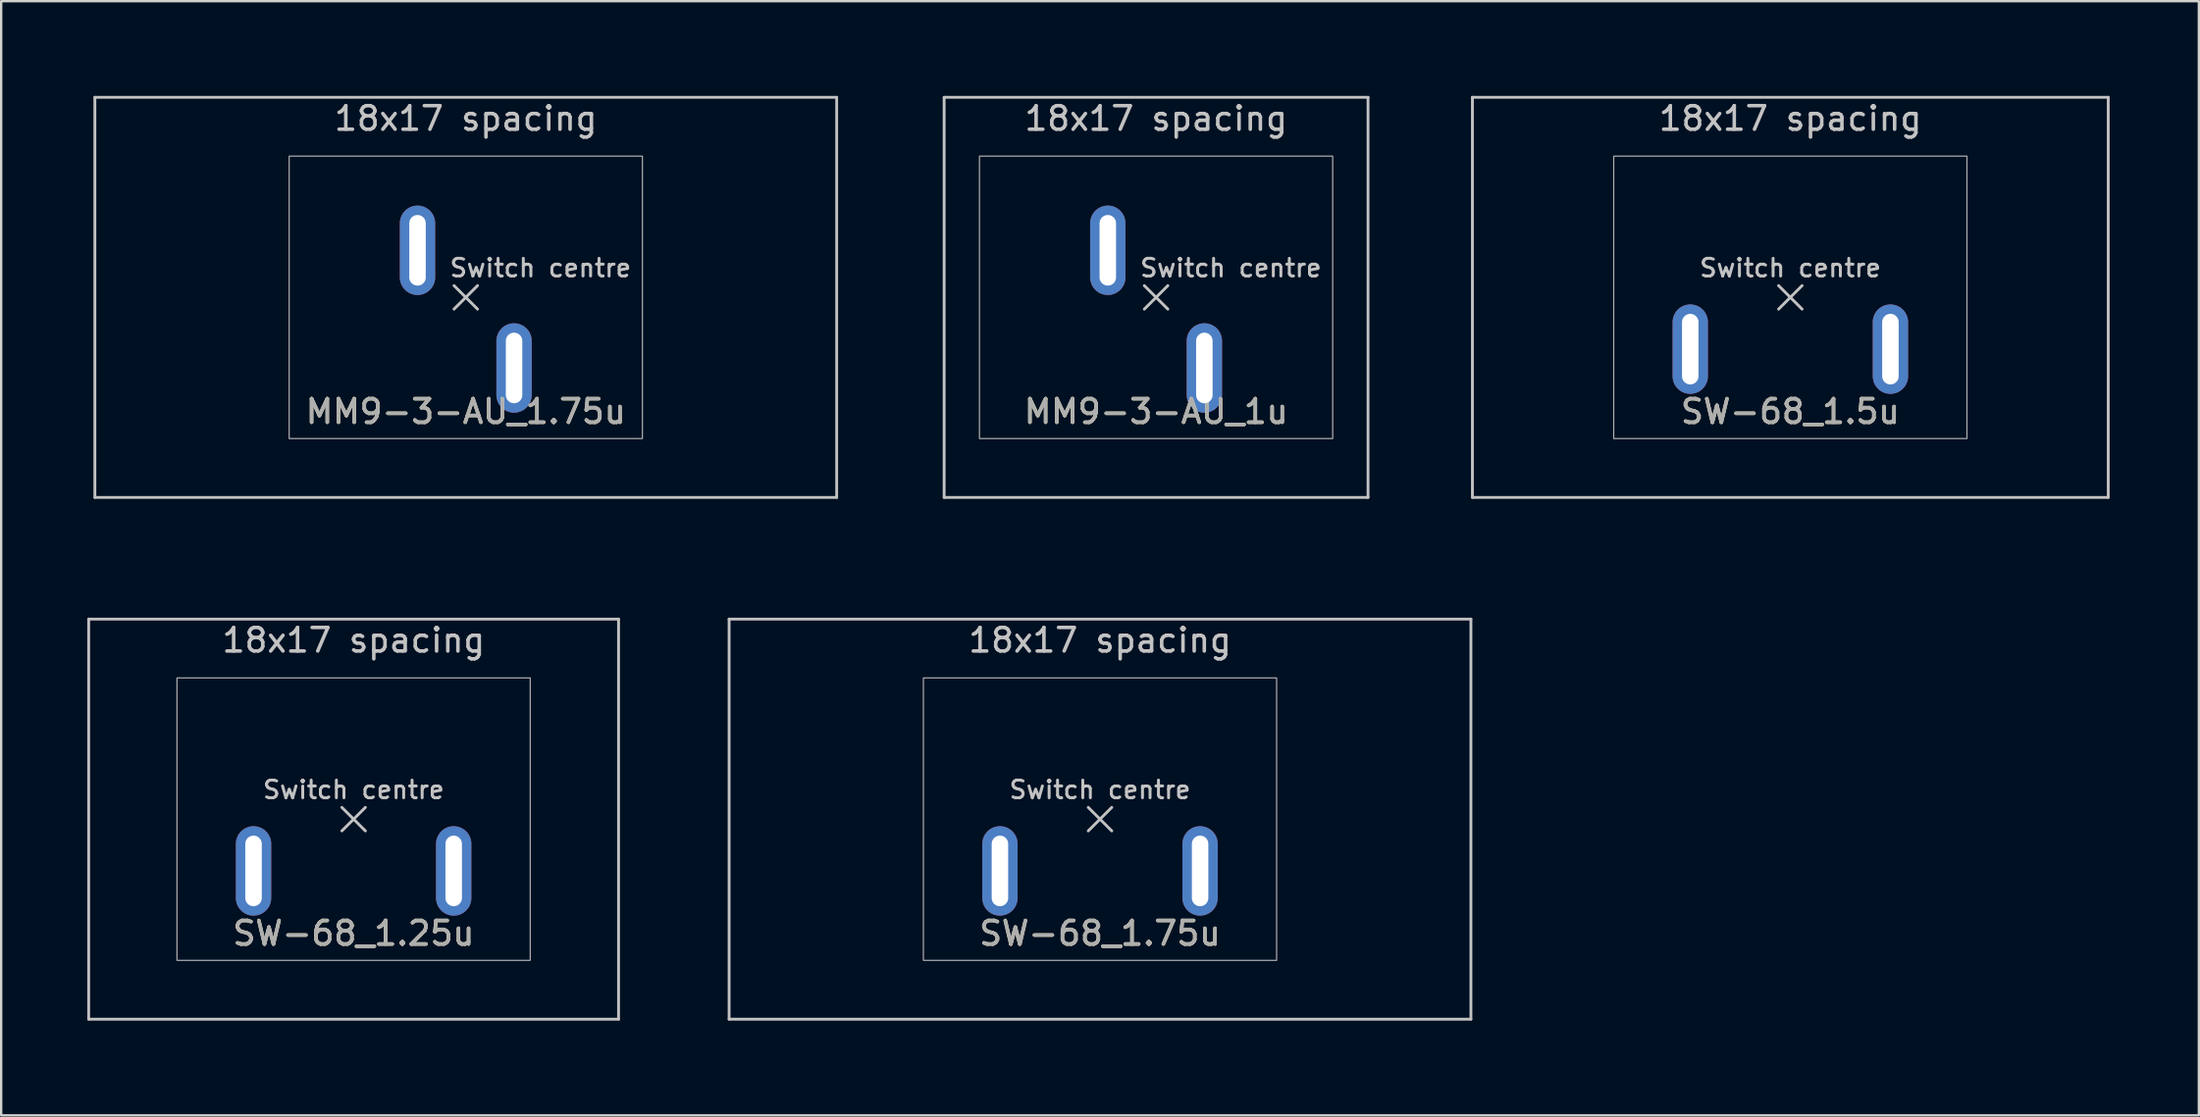
<source format=kicad_pcb>
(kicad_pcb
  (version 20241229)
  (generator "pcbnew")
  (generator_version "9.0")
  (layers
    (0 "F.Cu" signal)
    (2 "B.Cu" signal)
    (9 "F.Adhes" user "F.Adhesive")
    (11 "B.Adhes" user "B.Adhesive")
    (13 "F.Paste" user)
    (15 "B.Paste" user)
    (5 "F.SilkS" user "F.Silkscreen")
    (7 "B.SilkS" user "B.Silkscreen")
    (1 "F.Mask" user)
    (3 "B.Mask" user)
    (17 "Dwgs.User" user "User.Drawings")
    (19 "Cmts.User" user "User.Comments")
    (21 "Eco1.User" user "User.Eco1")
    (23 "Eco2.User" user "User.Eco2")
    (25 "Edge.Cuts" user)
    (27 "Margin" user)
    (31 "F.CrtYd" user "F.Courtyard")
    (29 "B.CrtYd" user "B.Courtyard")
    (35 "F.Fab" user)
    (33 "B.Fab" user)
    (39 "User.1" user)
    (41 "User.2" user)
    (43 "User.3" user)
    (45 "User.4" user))
  (footprint "SW-68_1.25u"
    (layer "F.Cu")
    (at 11.966 31.755)
    (property "Reference" "SW-68_1.25u" (at 0 4.85 0) (unlocked yes) (layer "F.SilkS") (effects (font (size 1 1) (thickness 0.15))))
    (attr through_hole)
    (fp_line (start -11.25 -8.5) (end 11.25 -8.5) (stroke (width 0.12) (type solid)) (layer "Dwgs.User"))
    (fp_line (start -11.25 8.5) (end -11.25 -8.5) (stroke (width 0.12) (type solid)) (layer "Dwgs.User"))
    (fp_line (start -0.5 -0.5) (end 0.5 0.5) (stroke (width 0.12) (type solid)) (layer "Dwgs.User"))
    (fp_line (start -0.5 0.5) (end 0.5 -0.5) (stroke (width 0.12) (type solid)) (layer "Dwgs.User"))
    (fp_line (start 11.25 -8.5) (end 11.25 8.5) (stroke (width 0.12) (type solid)) (layer "Dwgs.User"))
    (fp_line (start 11.25 8.5) (end -11.25 8.5) (stroke (width 0.12) (type solid)) (layer "Dwgs.User"))
    (fp_line (start -11.906 -9.525) (end -11.906 9.525) (stroke (width 0.12) (type solid)) (layer "Eco1.User"))
    (fp_line (start -11.906 9.525) (end 11.906 9.525) (stroke (width 0.12) (type solid)) (layer "Eco1.User"))
    (fp_line (start 11.906 -9.525) (end -11.906 -9.525) (stroke (width 0.12) (type solid)) (layer "Eco1.User"))
    (fp_line (start 11.906 9.525) (end 11.906 -9.525) (stroke (width 0.12) (type solid)) (layer "Eco1.User"))
    (fp_rect (start 7.5 6) (end -7.5 -6) (stroke (width 0.05) (type solid)) (fill no) (layer "F.Fab"))
    (fp_text user "Switch centre" (at 0 -1.25 0) (unlocked yes) (layer "Dwgs.User") (effects (font (size 0.75 0.75) (thickness 0.125))))
    (fp_text user "18x17 spacing" (at 0 -7.6 0) (layer "Dwgs.User") (effects (font (size 1 1) (thickness 0.15))))
    (fp_text user "19.05 spacing" (at 0 -8.7 0) (layer "Eco1.User") (effects (font (size 1 1) (thickness 0.15))))
    (fp_text user "${REFERENCE}" (at 0 4.85 0) (unlocked yes) (layer "F.Fab") (effects (font (size 1 1) (thickness 0.15))))
    (pad "1" thru_hole oval (at 4.25 2.2) (size 1.5 3.8) (drill oval 0.7 3) (layers "*.Cu" "*.Mask"))
    (pad "2" thru_hole oval (at -4.25 2.2) (size 1.5 3.8) (drill oval 0.7 3) (layers "*.Cu" "*.Mask")))
  (footprint "MM9-3-AU_1.75u"
    (layer "F.Cu")
    (at 16.729 9.585)
    (property "Reference" "MM9-3-AU_1.75u" (at 0 4.85 0) (unlocked yes) (layer "F.SilkS") (effects (font (size 1 1) (thickness 0.15))))
    (attr through_hole)
    (fp_line (start -15.75 -8.5) (end 15.75 -8.5) (stroke (width 0.12) (type solid)) (layer "Dwgs.User"))
    (fp_line (start -15.75 8.5) (end -15.75 -8.5) (stroke (width 0.12) (type solid)) (layer "Dwgs.User"))
    (fp_line (start -0.5 -0.5) (end 0.5 0.5) (stroke (width 0.12) (type solid)) (layer "Dwgs.User"))
    (fp_line (start -0.5 0.5) (end 0.5 -0.5) (stroke (width 0.12) (type solid)) (layer "Dwgs.User"))
    (fp_line (start 15.75 -8.5) (end 15.75 8.5) (stroke (width 0.12) (type solid)) (layer "Dwgs.User"))
    (fp_line (start 15.75 8.5) (end -15.75 8.5) (stroke (width 0.12) (type solid)) (layer "Dwgs.User"))
    (fp_line (start -16.669 -9.525) (end -16.669 9.525) (stroke (width 0.12) (type solid)) (layer "Eco1.User"))
    (fp_line (start -16.669 9.525) (end 16.669 9.525) (stroke (width 0.12) (type solid)) (layer "Eco1.User"))
    (fp_line (start 16.669 -9.525) (end -16.669 -9.525) (stroke (width 0.12) (type solid)) (layer "Eco1.User"))
    (fp_line (start 16.669 9.525) (end 16.669 -9.525) (stroke (width 0.12) (type solid)) (layer "Eco1.User"))
    (fp_rect (start 7.5 6) (end -7.5 -6) (stroke (width 0.05) (type solid)) (fill no) (layer "F.Fab"))
    (fp_text user "Switch centre" (at 3.175 -1.25 0) (unlocked yes) (layer "Dwgs.User") (effects (font (size 0.75 0.75) (thickness 0.125))))
    (fp_text user "18x17 spacing" (at 0 -7.6 0) (layer "Dwgs.User") (effects (font (size 1 1) (thickness 0.15))))
    (fp_text user "19.05 spacing" (at 0 -8.7 0) (layer "Eco1.User") (effects (font (size 1 1) (thickness 0.15))))
    (fp_text user "${REFERENCE}" (at 0 4.85 0) (unlocked yes) (layer "F.Fab") (effects (font (size 1 1) (thickness 0.15))))
    (pad "1" thru_hole oval (at 2.05 3) (size 1.5 3.8) (drill oval 0.7 3) (layers "*.Cu" "*.Mask"))
    (pad "2" thru_hole oval (at -2.05 -2) (size 1.5 3.8) (drill oval 0.7 3) (layers "*.Cu" "*.Mask")))
  (footprint "SW-68_1.75u"
    (layer "F.Cu")
    (at 43.661 31.755)
    (property "Reference" "SW-68_1.75u" (at 0 4.85 0) (unlocked yes) (layer "F.SilkS") (effects (font (size 1 1) (thickness 0.15))))
    (attr through_hole)
    (fp_line (start -15.75 -8.5) (end 15.75 -8.5) (stroke (width 0.12) (type solid)) (layer "Dwgs.User"))
    (fp_line (start -15.75 8.5) (end -15.75 -8.5) (stroke (width 0.12) (type solid)) (layer "Dwgs.User"))
    (fp_line (start -0.5 -0.5) (end 0.5 0.5) (stroke (width 0.12) (type solid)) (layer "Dwgs.User"))
    (fp_line (start -0.5 0.5) (end 0.5 -0.5) (stroke (width 0.12) (type solid)) (layer "Dwgs.User"))
    (fp_line (start 15.75 -8.5) (end 15.75 8.5) (stroke (width 0.12) (type solid)) (layer "Dwgs.User"))
    (fp_line (start 15.75 8.5) (end -15.75 8.5) (stroke (width 0.12) (type solid)) (layer "Dwgs.User"))
    (fp_line (start -16.669 -9.525) (end -16.669 9.525) (stroke (width 0.12) (type solid)) (layer "Eco1.User"))
    (fp_line (start -16.669 9.525) (end 16.669 9.525) (stroke (width 0.12) (type solid)) (layer "Eco1.User"))
    (fp_line (start 16.669 -9.525) (end -16.669 -9.525) (stroke (width 0.12) (type solid)) (layer "Eco1.User"))
    (fp_line (start 16.669 9.525) (end 16.669 -9.525) (stroke (width 0.12) (type solid)) (layer "Eco1.User"))
    (fp_rect (start 7.5 6) (end -7.5 -6) (stroke (width 0.05) (type solid)) (fill no) (layer "F.Fab"))
    (fp_text user "18x17 spacing" (at 0 -7.6 0) (layer "Dwgs.User") (effects (font (size 1 1) (thickness 0.15))))
    (fp_text user "Switch centre" (at 0 -1.25 0) (unlocked yes) (layer "Dwgs.User") (effects (font (size 0.75 0.75) (thickness 0.125))))
    (fp_text user "19.05 spacing" (at 0 -8.7 0) (layer "Eco1.User") (effects (font (size 1 1) (thickness 0.15))))
    (fp_text user "${REFERENCE}" (at 0 4.85 0) (unlocked yes) (layer "F.Fab") (effects (font (size 1 1) (thickness 0.15))))
    (pad "1" thru_hole oval (at 4.25 2.2) (size 1.5 3.8) (drill oval 0.7 3) (layers "*.Cu" "*.Mask"))
    (pad "2" thru_hole oval (at -4.25 2.2) (size 1.5 3.8) (drill oval 0.7 3) (layers "*.Cu" "*.Mask")))
  (footprint "MM9-3-AU_1u"
    (layer "F.Cu")
    (at 46.042 9.585)
    (property "Reference" "MM9-3-AU_1u" (at 0 4.85 0) (unlocked yes) (layer "F.SilkS") (effects (font (size 1 1) (thickness 0.15))))
    (attr through_hole)
    (fp_line (start -9 -8.5) (end 9 -8.5) (stroke (width 0.12) (type solid)) (layer "Dwgs.User"))
    (fp_line (start -9 8.5) (end -9 -8.5) (stroke (width 0.12) (type solid)) (layer "Dwgs.User"))
    (fp_line (start -9 8.5) (end 9 8.5) (stroke (width 0.12) (type solid)) (layer "Dwgs.User"))
    (fp_line (start -0.5 -0.5) (end 0.5 0.5) (stroke (width 0.12) (type solid)) (layer "Dwgs.User"))
    (fp_line (start -0.5 0.5) (end 0.5 -0.5) (stroke (width 0.12) (type solid)) (layer "Dwgs.User"))
    (fp_line (start 9 -8.5) (end 9 8.5) (stroke (width 0.12) (type solid)) (layer "Dwgs.User"))
    (fp_line (start -9.525 -9.525) (end -9.525 9.525) (stroke (width 0.12) (type solid)) (layer "Eco1.User"))
    (fp_line (start 9.525 -9.525) (end -9.525 -9.525) (stroke (width 0.12) (type solid)) (layer "Eco1.User"))
    (fp_line (start 9.525 9.525) (end -9.525 9.525) (stroke (width 0.12) (type solid)) (layer "Eco1.User"))
    (fp_line (start 9.525 9.525) (end 9.525 -9.525) (stroke (width 0.12) (type solid)) (layer "Eco1.User"))
    (fp_rect (start 7.5 6) (end -7.5 -6) (stroke (width 0.05) (type solid)) (fill no) (layer "F.Fab"))
    (fp_text user "18x17 spacing" (at 0 -7.6 180) (layer "Dwgs.User") (effects (font (size 1 1) (thickness 0.15))))
    (fp_text user "Switch centre" (at 3.175 -1.25 0) (unlocked yes) (layer "Dwgs.User") (effects (font (size 0.75 0.75) (thickness 0.125))))
    (fp_text user "19.05 spacing" (at 0 -8.7 180) (layer "Eco1.User") (effects (font (size 1 1) (thickness 0.15))))
    (fp_text user "${REFERENCE}" (at 0 4.85 0) (unlocked yes) (layer "F.Fab") (effects (font (size 1 1) (thickness 0.15))))
    (pad "1" thru_hole oval (at 2.05 3) (size 1.5 3.8) (drill oval 0.7 3) (layers "*.Cu" "*.Mask"))
    (pad "2" thru_hole oval (at -2.05 -2) (size 1.5 3.8) (drill oval 0.7 3) (layers "*.Cu" "*.Mask")))
  (footprint "SW-68_1.5u"
    (layer "F.Cu")
    (at 72.975 9.585)
    (property "Reference" "SW-68_1.5u" (at 0 4.85 0) (unlocked yes) (layer "F.SilkS") (effects (font (size 1 1) (thickness 0.15))))
    (attr through_hole)
    (fp_line (start -13.5 -8.5) (end 13.5 -8.5) (stroke (width 0.12) (type solid)) (layer "Dwgs.User"))
    (fp_line (start -13.5 8.5) (end -13.5 -8.5) (stroke (width 0.12) (type solid)) (layer "Dwgs.User"))
    (fp_line (start -0.5 -0.5) (end 0.5 0.5) (stroke (width 0.12) (type solid)) (layer "Dwgs.User"))
    (fp_line (start -0.5 0.5) (end 0.5 -0.5) (stroke (width 0.12) (type solid)) (layer "Dwgs.User"))
    (fp_line (start 13.5 -8.5) (end 13.5 8.5) (stroke (width 0.12) (type solid)) (layer "Dwgs.User"))
    (fp_line (start 13.5 8.5) (end -13.5 8.5) (stroke (width 0.12) (type solid)) (layer "Dwgs.User"))
    (fp_line (start -14.287 -9.525) (end -14.287 9.525) (stroke (width 0.12) (type solid)) (layer "Eco1.User"))
    (fp_line (start -14.287 9.525) (end 14.287 9.525) (stroke (width 0.12) (type solid)) (layer "Eco1.User"))
    (fp_line (start 14.287 -9.525) (end -14.287 -9.525) (stroke (width 0.12) (type solid)) (layer "Eco1.User"))
    (fp_line (start 14.287 9.525) (end 14.287 -9.525) (stroke (width 0.12) (type solid)) (layer "Eco1.User"))
    (fp_rect (start 7.5 6) (end -7.5 -6) (stroke (width 0.05) (type solid)) (fill no) (layer "F.Fab"))
    (fp_text user "Switch centre" (at 0 -1.25 0) (unlocked yes) (layer "Dwgs.User") (effects (font (size 0.75 0.75) (thickness 0.125))))
    (fp_text user "18x17 spacing" (at 0 -7.6 0) (layer "Dwgs.User") (effects (font (size 1 1) (thickness 0.15))))
    (fp_text user "19.05 spacing" (at 0 -8.7 0) (layer "Eco1.User") (effects (font (size 1 1) (thickness 0.15))))
    (fp_text user "${REFERENCE}" (at 0 4.85 0) (unlocked yes) (layer "F.Fab") (effects (font (size 1 1) (thickness 0.15))))
    (pad "1" thru_hole oval (at 4.25 2.2) (size 1.5 3.8) (drill oval 0.7 3) (layers "*.Cu" "*.Mask"))
    (pad "2" thru_hole oval (at -4.25 2.2) (size 1.5 3.8) (drill oval 0.7 3) (layers "*.Cu" "*.Mask")))
  (gr_rect
    (start -3 -3)
    (end 90.323 44.34)
    (stroke (width 0.1) (type default))
    (fill no)
    (layer "Edge.Cuts")))
</source>
